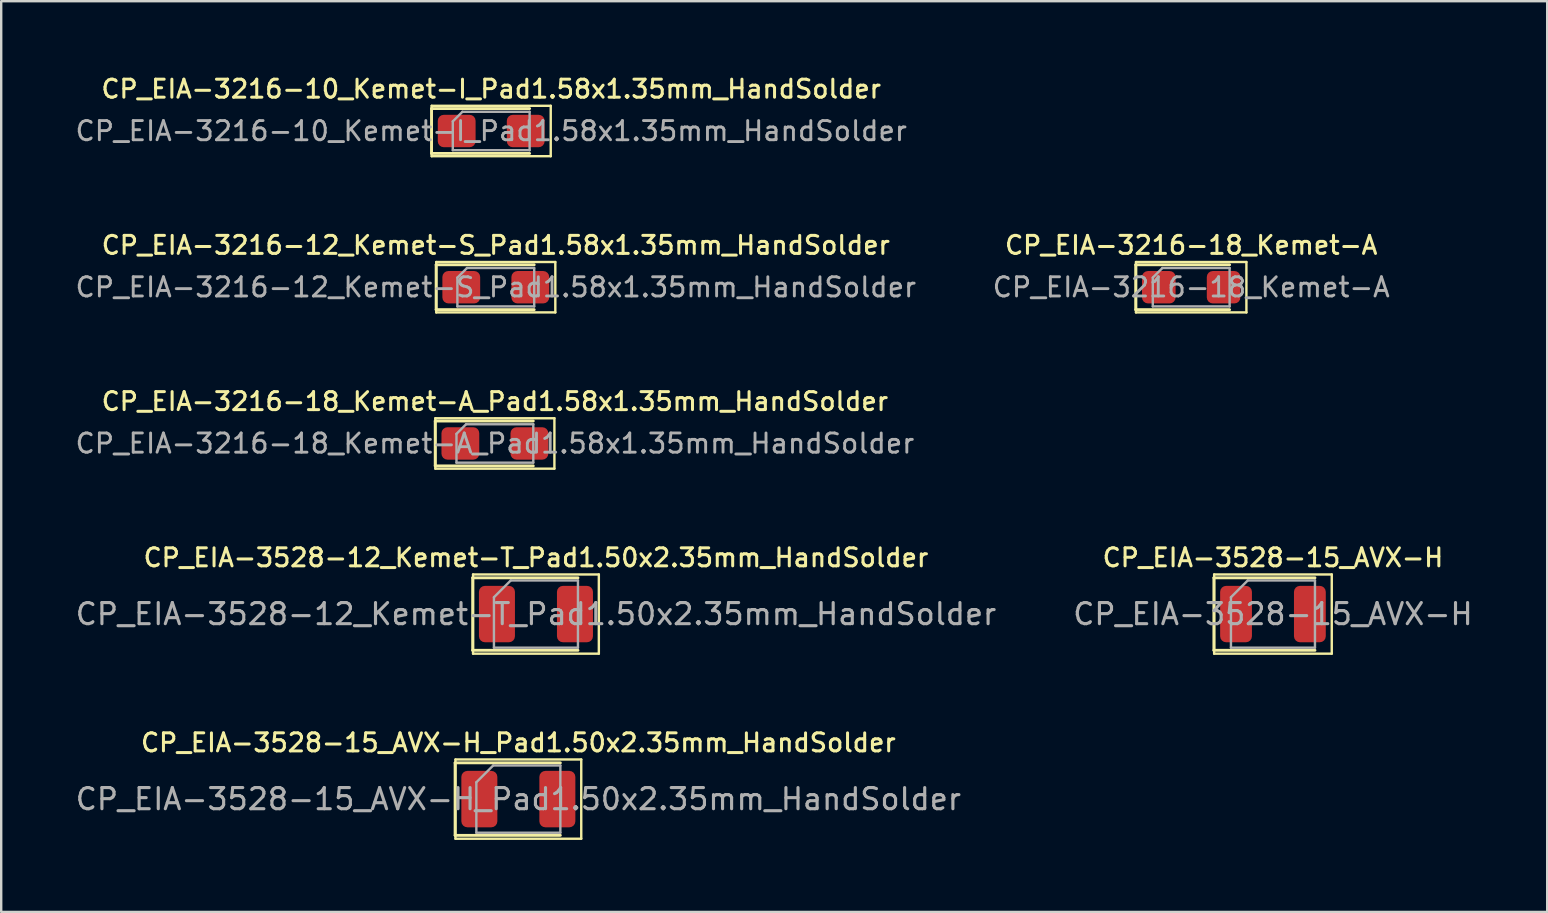
<source format=kicad_pcb>
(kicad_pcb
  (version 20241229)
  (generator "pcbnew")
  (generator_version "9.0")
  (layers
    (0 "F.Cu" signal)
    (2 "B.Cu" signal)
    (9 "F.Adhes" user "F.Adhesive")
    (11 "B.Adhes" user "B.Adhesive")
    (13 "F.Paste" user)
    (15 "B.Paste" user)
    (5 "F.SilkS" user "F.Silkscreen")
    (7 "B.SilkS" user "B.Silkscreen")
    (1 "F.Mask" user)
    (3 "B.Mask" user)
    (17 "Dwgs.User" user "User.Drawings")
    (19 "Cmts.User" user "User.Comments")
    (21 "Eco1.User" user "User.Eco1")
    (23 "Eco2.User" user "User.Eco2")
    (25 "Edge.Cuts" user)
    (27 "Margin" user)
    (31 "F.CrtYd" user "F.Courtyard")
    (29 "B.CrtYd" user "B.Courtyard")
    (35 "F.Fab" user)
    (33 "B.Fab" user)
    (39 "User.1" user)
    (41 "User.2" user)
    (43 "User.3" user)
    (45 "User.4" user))
  (footprint "CP_EIA-3528-15_AVX-H_Pad1.50x2.35mm_HandSolder"
    (layer "F.Cu")
    (at 18.545 30.241)
    (property "Reference" "CP_EIA-3528-15_AVX-H_Pad1.50x2.35mm_HandSolder" (at 0 -2.35 0) (layer "F.SilkS") (effects (font (size 0.75 0.75) (thickness 0.125))))
    (attr smd)
    (fp_line (start -2.635 -1.51) (end -2.635 1.51) (stroke (width 0.12) (type solid)) (layer "F.SilkS"))
    (fp_line (start -2.635 1.51) (end 1.75 1.51) (stroke (width 0.12) (type solid)) (layer "F.SilkS"))
    (fp_line (start -2.62 -1.65) (end 2.62 -1.65) (stroke (width 0.1) (type solid)) (layer "F.SilkS"))
    (fp_line (start -2.62 1.65) (end -2.62 -1.65) (stroke (width 0.1) (type solid)) (layer "F.SilkS"))
    (fp_line (start 1.75 -1.51) (end -2.635 -1.51) (stroke (width 0.12) (type solid)) (layer "F.SilkS"))
    (fp_line (start 2.62 -1.65) (end 2.62 1.65) (stroke (width 0.1) (type solid)) (layer "F.SilkS"))
    (fp_line (start 2.62 1.65) (end -2.62 1.65) (stroke (width 0.1) (type solid)) (layer "F.SilkS"))
    (fp_line (start -1.75 -0.7) (end -1.75 1.4) (stroke (width 0.1) (type solid)) (layer "F.Fab"))
    (fp_line (start -1.75 1.4) (end 1.75 1.4) (stroke (width 0.1) (type solid)) (layer "F.Fab"))
    (fp_line (start -1.05 -1.4) (end -1.75 -0.7) (stroke (width 0.1) (type solid)) (layer "F.Fab"))
    (fp_line (start 1.75 -1.4) (end -1.05 -1.4) (stroke (width 0.1) (type solid)) (layer "F.Fab"))
    (fp_line (start 1.75 1.4) (end 1.75 -1.4) (stroke (width 0.1) (type solid)) (layer "F.Fab"))
    (fp_text user "${REFERENCE}" (at 0 0 0) (layer "F.Fab") (effects (font (size 0.88 0.88) (thickness 0.13))))
    (pad "1" smd roundrect (at -1.625 0) (size 1.5 2.35) (layers "F.Cu" "F.Mask" "F.Paste") (roundrect_rratio 0.167))
    (pad "2" smd roundrect (at 1.625 0) (size 1.5 2.35) (layers "F.Cu" "F.Mask" "F.Paste") (roundrect_rratio 0.167)))
  (footprint "CP_EIA-3216-18_Kemet-A"
    (layer "F.Cu")
    (at 46.576 8.916)
    (property "Reference" "CP_EIA-3216-18_Kemet-A" (at 0 -1.75 0) (layer "F.SilkS") (effects (font (size 0.75 0.75) (thickness 0.125))))
    (attr smd)
    (fp_line (start -2.31 -0.935) (end -2.31 0.935) (stroke (width 0.12) (type solid)) (layer "F.SilkS"))
    (fp_line (start -2.31 0.935) (end 1.6 0.935) (stroke (width 0.12) (type solid)) (layer "F.SilkS"))
    (fp_line (start -2.3 -1.05) (end 2.3 -1.05) (stroke (width 0.1) (type solid)) (layer "F.SilkS"))
    (fp_line (start -2.3 1.05) (end -2.3 -1.05) (stroke (width 0.1) (type solid)) (layer "F.SilkS"))
    (fp_line (start 1.6 -0.935) (end -2.31 -0.935) (stroke (width 0.12) (type solid)) (layer "F.SilkS"))
    (fp_line (start 2.3 -1.05) (end 2.3 1.05) (stroke (width 0.1) (type solid)) (layer "F.SilkS"))
    (fp_line (start 2.3 1.05) (end -2.3 1.05) (stroke (width 0.1) (type solid)) (layer "F.SilkS"))
    (fp_line (start -1.6 -0.4) (end -1.6 0.8) (stroke (width 0.1) (type solid)) (layer "F.Fab"))
    (fp_line (start -1.6 0.8) (end 1.6 0.8) (stroke (width 0.1) (type solid)) (layer "F.Fab"))
    (fp_line (start -1.2 -0.8) (end -1.6 -0.4) (stroke (width 0.1) (type solid)) (layer "F.Fab"))
    (fp_line (start 1.6 -0.8) (end -1.2 -0.8) (stroke (width 0.1) (type solid)) (layer "F.Fab"))
    (fp_line (start 1.6 0.8) (end 1.6 -0.8) (stroke (width 0.1) (type solid)) (layer "F.Fab"))
    (fp_text user "${REFERENCE}" (at 0 0 0) (layer "F.Fab") (effects (font (size 0.8 0.8) (thickness 0.12))))
    (pad "1" smd roundrect (at -1.35 0) (size 1.4 1.35) (layers "F.Cu" "F.Mask" "F.Paste") (roundrect_rratio 0.185))
    (pad "2" smd roundrect (at 1.35 0) (size 1.4 1.35) (layers "F.Cu" "F.Mask" "F.Paste") (roundrect_rratio 0.185)))
  (footprint "CP_EIA-3528-12_Kemet-T_Pad1.50x2.35mm_HandSolder"
    (layer "F.Cu")
    (at 19.278 22.532)
    (property "Reference" "CP_EIA-3528-12_Kemet-T_Pad1.50x2.35mm_HandSolder" (at 0 -2.35 0) (layer "F.SilkS") (effects (font (size 0.75 0.75) (thickness 0.125))))
    (attr smd)
    (fp_line (start -2.635 -1.51) (end -2.635 1.51) (stroke (width 0.12) (type solid)) (layer "F.SilkS"))
    (fp_line (start -2.635 1.51) (end 1.75 1.51) (stroke (width 0.12) (type solid)) (layer "F.SilkS"))
    (fp_line (start -2.62 -1.65) (end 2.62 -1.65) (stroke (width 0.1) (type solid)) (layer "F.SilkS"))
    (fp_line (start -2.62 1.65) (end -2.62 -1.65) (stroke (width 0.1) (type solid)) (layer "F.SilkS"))
    (fp_line (start 1.75 -1.51) (end -2.635 -1.51) (stroke (width 0.12) (type solid)) (layer "F.SilkS"))
    (fp_line (start 2.62 -1.65) (end 2.62 1.65) (stroke (width 0.1) (type solid)) (layer "F.SilkS"))
    (fp_line (start 2.62 1.65) (end -2.62 1.65) (stroke (width 0.1) (type solid)) (layer "F.SilkS"))
    (fp_line (start -1.75 -0.7) (end -1.75 1.4) (stroke (width 0.1) (type solid)) (layer "F.Fab"))
    (fp_line (start -1.75 1.4) (end 1.75 1.4) (stroke (width 0.1) (type solid)) (layer "F.Fab"))
    (fp_line (start -1.05 -1.4) (end -1.75 -0.7) (stroke (width 0.1) (type solid)) (layer "F.Fab"))
    (fp_line (start 1.75 -1.4) (end -1.05 -1.4) (stroke (width 0.1) (type solid)) (layer "F.Fab"))
    (fp_line (start 1.75 1.4) (end 1.75 -1.4) (stroke (width 0.1) (type solid)) (layer "F.Fab"))
    (fp_text user "${REFERENCE}" (at 0 0 0) (layer "F.Fab") (effects (font (size 0.88 0.88) (thickness 0.13))))
    (pad "1" smd roundrect (at -1.625 0) (size 1.5 2.35) (layers "F.Cu" "F.Mask" "F.Paste") (roundrect_rratio 0.167))
    (pad "2" smd roundrect (at 1.625 0) (size 1.5 2.35) (layers "F.Cu" "F.Mask" "F.Paste") (roundrect_rratio 0.167)))
  (footprint "CP_EIA-3216-18_Kemet-A_Pad1.58x1.35mm_HandSolder"
    (layer "F.Cu")
    (at 17.567 15.424)
    (property "Reference" "CP_EIA-3216-18_Kemet-A_Pad1.58x1.35mm_HandSolder" (at 0 -1.75 0) (layer "F.SilkS") (effects (font (size 0.75 0.75) (thickness 0.125))))
    (attr smd)
    (fp_line (start -2.485 -0.935) (end -2.485 0.935) (stroke (width 0.12) (type solid)) (layer "F.SilkS"))
    (fp_line (start -2.485 0.935) (end 1.6 0.935) (stroke (width 0.12) (type solid)) (layer "F.SilkS"))
    (fp_line (start -2.48 -1.05) (end 2.48 -1.05) (stroke (width 0.1) (type solid)) (layer "F.SilkS"))
    (fp_line (start -2.48 1.05) (end -2.48 -1.05) (stroke (width 0.1) (type solid)) (layer "F.SilkS"))
    (fp_line (start 1.6 -0.935) (end -2.485 -0.935) (stroke (width 0.12) (type solid)) (layer "F.SilkS"))
    (fp_line (start 2.48 -1.05) (end 2.48 1.05) (stroke (width 0.1) (type solid)) (layer "F.SilkS"))
    (fp_line (start 2.48 1.05) (end -2.48 1.05) (stroke (width 0.1) (type solid)) (layer "F.SilkS"))
    (fp_line (start -1.6 -0.4) (end -1.6 0.8) (stroke (width 0.1) (type solid)) (layer "F.Fab"))
    (fp_line (start -1.6 0.8) (end 1.6 0.8) (stroke (width 0.1) (type solid)) (layer "F.Fab"))
    (fp_line (start -1.2 -0.8) (end -1.6 -0.4) (stroke (width 0.1) (type solid)) (layer "F.Fab"))
    (fp_line (start 1.6 -0.8) (end -1.2 -0.8) (stroke (width 0.1) (type solid)) (layer "F.Fab"))
    (fp_line (start 1.6 0.8) (end 1.6 -0.8) (stroke (width 0.1) (type solid)) (layer "F.Fab"))
    (fp_text user "${REFERENCE}" (at 0 0 0) (layer "F.Fab") (effects (font (size 0.8 0.8) (thickness 0.12))))
    (pad "1" smd roundrect (at -1.438 0) (size 1.575 1.35) (layers "F.Cu" "F.Mask" "F.Paste") (roundrect_rratio 0.185))
    (pad "2" smd roundrect (at 1.438 0) (size 1.575 1.35) (layers "F.Cu" "F.Mask" "F.Paste") (roundrect_rratio 0.185)))
  (footprint "CP_EIA-3528-15_AVX-H"
    (layer "F.Cu")
    (at 49.982 22.532)
    (property "Reference" "CP_EIA-3528-15_AVX-H" (at 0 -2.35 0) (layer "F.SilkS") (effects (font (size 0.75 0.75) (thickness 0.125))))
    (attr smd)
    (fp_line (start -2.46 -1.51) (end -2.46 1.51) (stroke (width 0.12) (type solid)) (layer "F.SilkS"))
    (fp_line (start -2.46 1.51) (end 1.75 1.51) (stroke (width 0.12) (type solid)) (layer "F.SilkS"))
    (fp_line (start -2.45 -1.65) (end 2.45 -1.65) (stroke (width 0.1) (type solid)) (layer "F.SilkS"))
    (fp_line (start -2.45 1.65) (end -2.45 -1.65) (stroke (width 0.1) (type solid)) (layer "F.SilkS"))
    (fp_line (start 1.75 -1.51) (end -2.46 -1.51) (stroke (width 0.12) (type solid)) (layer "F.SilkS"))
    (fp_line (start 2.45 -1.65) (end 2.45 1.65) (stroke (width 0.1) (type solid)) (layer "F.SilkS"))
    (fp_line (start 2.45 1.65) (end -2.45 1.65) (stroke (width 0.1) (type solid)) (layer "F.SilkS"))
    (fp_line (start -1.75 -0.7) (end -1.75 1.4) (stroke (width 0.1) (type solid)) (layer "F.Fab"))
    (fp_line (start -1.75 1.4) (end 1.75 1.4) (stroke (width 0.1) (type solid)) (layer "F.Fab"))
    (fp_line (start -1.05 -1.4) (end -1.75 -0.7) (stroke (width 0.1) (type solid)) (layer "F.Fab"))
    (fp_line (start 1.75 -1.4) (end -1.05 -1.4) (stroke (width 0.1) (type solid)) (layer "F.Fab"))
    (fp_line (start 1.75 1.4) (end 1.75 -1.4) (stroke (width 0.1) (type solid)) (layer "F.Fab"))
    (fp_text user "${REFERENCE}" (at 0 0 0) (layer "F.Fab") (effects (font (size 0.88 0.88) (thickness 0.13))))
    (pad "1" smd roundrect (at -1.538 0) (size 1.325 2.35) (layers "F.Cu" "F.Mask" "F.Paste") (roundrect_rratio 0.189))
    (pad "2" smd roundrect (at 1.538 0) (size 1.325 2.35) (layers "F.Cu" "F.Mask" "F.Paste") (roundrect_rratio 0.189)))
  (footprint "CP_EIA-3216-12_Kemet-S_Pad1.58x1.35mm_HandSolder"
    (layer "F.Cu")
    (at 17.605 8.916)
    (property "Reference" "CP_EIA-3216-12_Kemet-S_Pad1.58x1.35mm_HandSolder" (at 0 -1.75 0) (layer "F.SilkS") (effects (font (size 0.75 0.75) (thickness 0.125))))
    (attr smd)
    (fp_line (start -2.485 -0.935) (end -2.485 0.935) (stroke (width 0.12) (type solid)) (layer "F.SilkS"))
    (fp_line (start -2.485 0.935) (end 1.6 0.935) (stroke (width 0.12) (type solid)) (layer "F.SilkS"))
    (fp_line (start -2.48 -1.05) (end 2.48 -1.05) (stroke (width 0.1) (type solid)) (layer "F.SilkS"))
    (fp_line (start -2.48 1.05) (end -2.48 -1.05) (stroke (width 0.1) (type solid)) (layer "F.SilkS"))
    (fp_line (start 1.6 -0.935) (end -2.485 -0.935) (stroke (width 0.12) (type solid)) (layer "F.SilkS"))
    (fp_line (start 2.48 -1.05) (end 2.48 1.05) (stroke (width 0.1) (type solid)) (layer "F.SilkS"))
    (fp_line (start 2.48 1.05) (end -2.48 1.05) (stroke (width 0.1) (type solid)) (layer "F.SilkS"))
    (fp_line (start -1.6 -0.4) (end -1.6 0.8) (stroke (width 0.1) (type solid)) (layer "F.Fab"))
    (fp_line (start -1.6 0.8) (end 1.6 0.8) (stroke (width 0.1) (type solid)) (layer "F.Fab"))
    (fp_line (start -1.2 -0.8) (end -1.6 -0.4) (stroke (width 0.1) (type solid)) (layer "F.Fab"))
    (fp_line (start 1.6 -0.8) (end -1.2 -0.8) (stroke (width 0.1) (type solid)) (layer "F.Fab"))
    (fp_line (start 1.6 0.8) (end 1.6 -0.8) (stroke (width 0.1) (type solid)) (layer "F.Fab"))
    (fp_text user "${REFERENCE}" (at 0 0 0) (layer "F.Fab") (effects (font (size 0.8 0.8) (thickness 0.12))))
    (pad "1" smd roundrect (at -1.438 0) (size 1.575 1.35) (layers "F.Cu" "F.Mask" "F.Paste") (roundrect_rratio 0.185))
    (pad "2" smd roundrect (at 1.438 0) (size 1.575 1.35) (layers "F.Cu" "F.Mask" "F.Paste") (roundrect_rratio 0.185)))
  (footprint "CP_EIA-3216-10_Kemet-I_Pad1.58x1.35mm_HandSolder"
    (layer "F.Cu")
    (at 17.414 2.408)
    (property "Reference" "CP_EIA-3216-10_Kemet-I_Pad1.58x1.35mm_HandSolder" (at 0 -1.75 0) (layer "F.SilkS") (effects (font (size 0.75 0.75) (thickness 0.125))))
    (attr smd)
    (fp_line (start -2.485 -0.935) (end -2.485 0.935) (stroke (width 0.12) (type solid)) (layer "F.SilkS"))
    (fp_line (start -2.485 0.935) (end 1.6 0.935) (stroke (width 0.12) (type solid)) (layer "F.SilkS"))
    (fp_line (start -2.48 -1.05) (end 2.48 -1.05) (stroke (width 0.1) (type solid)) (layer "F.SilkS"))
    (fp_line (start -2.48 1.05) (end -2.48 -1.05) (stroke (width 0.1) (type solid)) (layer "F.SilkS"))
    (fp_line (start 1.6 -0.935) (end -2.485 -0.935) (stroke (width 0.12) (type solid)) (layer "F.SilkS"))
    (fp_line (start 2.48 -1.05) (end 2.48 1.05) (stroke (width 0.1) (type solid)) (layer "F.SilkS"))
    (fp_line (start 2.48 1.05) (end -2.48 1.05) (stroke (width 0.1) (type solid)) (layer "F.SilkS"))
    (fp_line (start -1.6 -0.4) (end -1.6 0.8) (stroke (width 0.1) (type solid)) (layer "F.Fab"))
    (fp_line (start -1.6 0.8) (end 1.6 0.8) (stroke (width 0.1) (type solid)) (layer "F.Fab"))
    (fp_line (start -1.2 -0.8) (end -1.6 -0.4) (stroke (width 0.1) (type solid)) (layer "F.Fab"))
    (fp_line (start 1.6 -0.8) (end -1.2 -0.8) (stroke (width 0.1) (type solid)) (layer "F.Fab"))
    (fp_line (start 1.6 0.8) (end 1.6 -0.8) (stroke (width 0.1) (type solid)) (layer "F.Fab"))
    (fp_text user "${REFERENCE}" (at 0 0 0) (layer "F.Fab") (effects (font (size 0.8 0.8) (thickness 0.12))))
    (pad "1" smd roundrect (at -1.438 0) (size 1.575 1.35) (layers "F.Cu" "F.Mask" "F.Paste") (roundrect_rratio 0.185))
    (pad "2" smd roundrect (at 1.438 0) (size 1.575 1.35) (layers "F.Cu" "F.Mask" "F.Paste") (roundrect_rratio 0.185)))
  (gr_rect
    (start -3 -3)
    (end 61.407 34.941)
    (stroke (width 0.1) (type default))
    (fill no)
    (layer "Edge.Cuts")))
</source>
